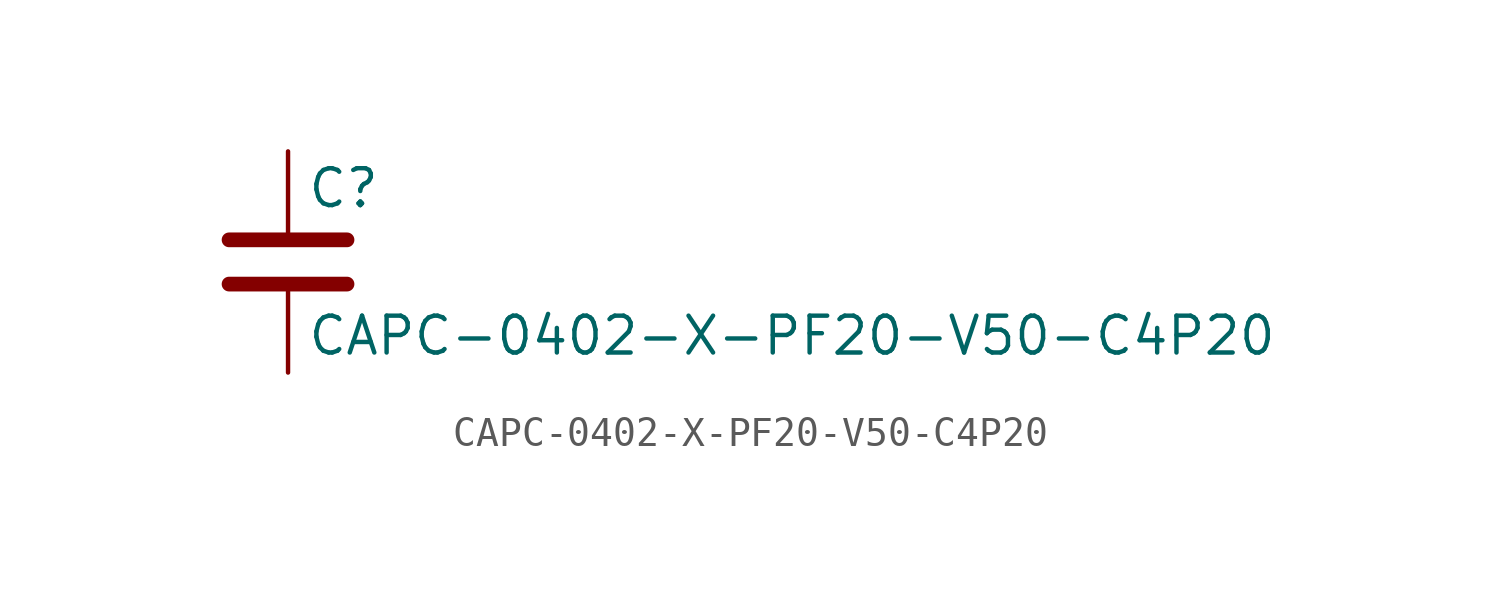
<source format=kicad_sym>
(kicad_symbol_lib
  (version 20211014)
  (generator kicad_symbol_editor)
  (symbol "CAPC-0402-X-PF20-V50-C4P20"
    (pin_numbers hide)
    (pin_names
      (offset 0.254))
    (property "Reference" "C"
      (at 0.635 2.54 0)
      (effects (font (size 1.27 1.27)) (justify left)))
    (property "Value" "CAPC-0402-X-PF20-V50-C4P20"
      (at 0.635 -2.54 0)
      (effects (font (size 1.27 1.27)) (justify left)))
    (symbol "CAPC-0402-X-PF20-V50-C4P20_0_1"
      (polyline (pts (xy -2.032 -0.762) (xy 2.032 -0.762)) (stroke (width 0.508) (type default) (color 0 0 0 0)) (fill (type none)))
      (polyline (pts (xy -2.032 0.762) (xy 2.032 0.762)) (stroke (width 0.508) (type default) (color 0 0 0 0)) (fill (type none))))
    (symbol "CAPC-0402-X-PF20-V50-C4P20_1_1"
      (pin passive line (at 0 3.81 270) (length 2.794) (name "~" (effects (font (size 1.27 1.27)))) (number "1" (effects (font (size 1.27 1.27)))))
      (pin passive line (at 0 -3.81 90) (length 2.794) (name "~" (effects (font (size 1.27 1.27)))) (number "2" (effects (font (size 1.27 1.27))))))))
</source>
